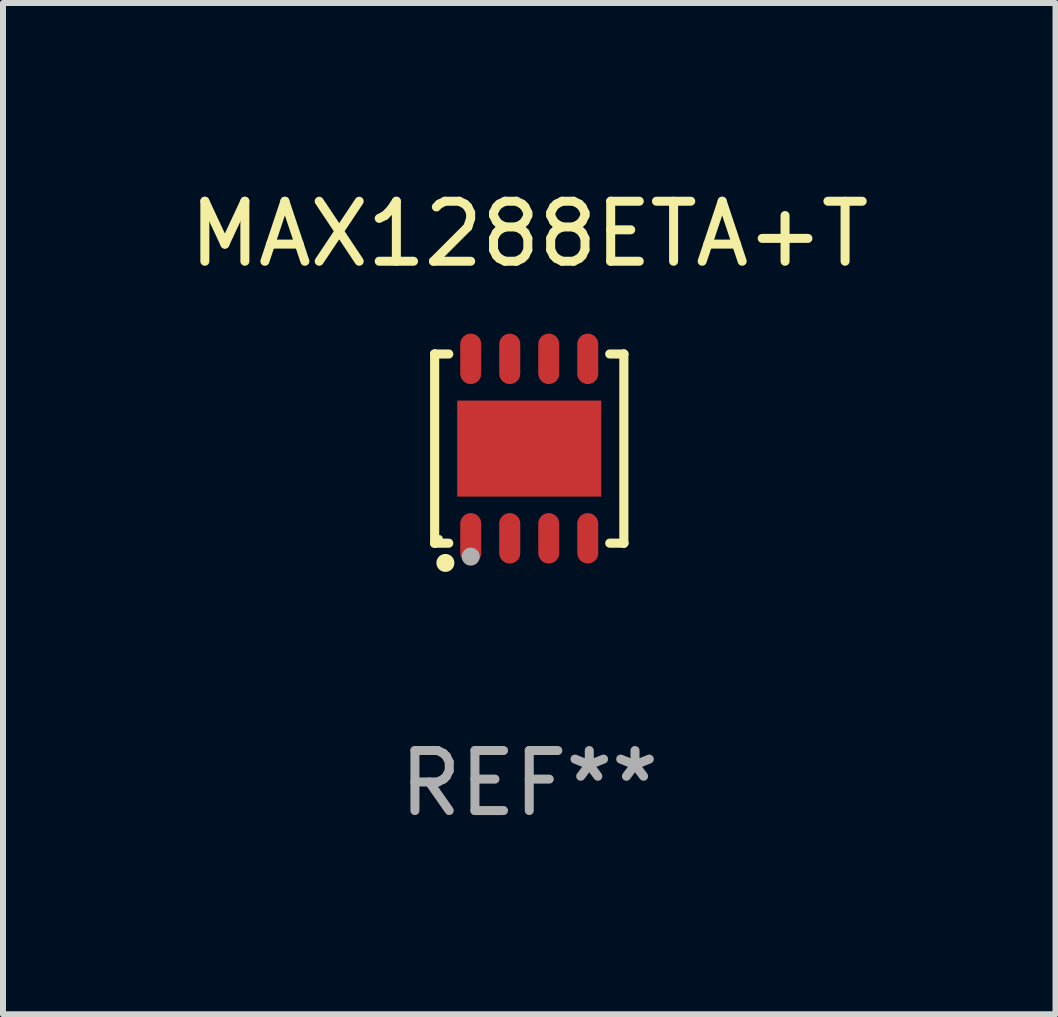
<source format=kicad_pcb>
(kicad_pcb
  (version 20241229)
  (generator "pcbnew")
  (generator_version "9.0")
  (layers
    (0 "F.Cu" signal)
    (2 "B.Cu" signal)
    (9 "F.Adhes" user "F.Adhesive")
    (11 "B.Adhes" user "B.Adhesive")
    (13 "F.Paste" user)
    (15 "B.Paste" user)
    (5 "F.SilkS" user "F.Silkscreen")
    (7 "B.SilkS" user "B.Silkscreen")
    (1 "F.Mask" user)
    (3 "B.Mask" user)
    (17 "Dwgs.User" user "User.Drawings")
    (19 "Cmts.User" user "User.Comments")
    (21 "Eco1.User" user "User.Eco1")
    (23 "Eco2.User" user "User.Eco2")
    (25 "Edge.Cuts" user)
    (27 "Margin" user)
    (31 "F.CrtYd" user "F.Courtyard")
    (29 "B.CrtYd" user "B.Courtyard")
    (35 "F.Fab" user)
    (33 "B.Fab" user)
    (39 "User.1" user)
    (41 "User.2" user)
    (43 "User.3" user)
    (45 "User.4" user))
  (footprint "MAX1288ETA+T"
    (layer "F.Cu")
    (at 5.768 4.424)
    (property "Reference" "MAX1288ETA+T" (at 0 -3.576 0) (layer "F.SilkS") (effects (font (size 1 1) (thickness 0.15))))
    (attr through_hole)
    (fp_line (start -1.576 -1.576) (end -1.576 -1.576) (stroke (width 0.152) (type solid)) (layer "F.SilkS"))
    (fp_line (start -1.576 -1.576) (end -1.341 -1.576) (stroke (width 0.152) (type solid)) (layer "F.SilkS"))
    (fp_line (start -1.576 1.576) (end -1.576 -1.576) (stroke (width 0.152) (type solid)) (layer "F.SilkS"))
    (fp_line (start -1.576 1.576) (end -1.576 1.576) (stroke (width 0.152) (type solid)) (layer "F.SilkS"))
    (fp_line (start -1.341 1.576) (end -1.576 1.576) (stroke (width 0.152) (type solid)) (layer "F.SilkS"))
    (fp_line (start 1.341 1.576) (end 1.576 1.576) (stroke (width 0.152) (type solid)) (layer "F.SilkS"))
    (fp_line (start 1.576 -1.576) (end 1.341 -1.576) (stroke (width 0.152) (type solid)) (layer "F.SilkS"))
    (fp_line (start 1.576 -1.576) (end 1.576 -1.576) (stroke (width 0.152) (type solid)) (layer "F.SilkS"))
    (fp_line (start 1.576 1.576) (end 1.576 -1.576) (stroke (width 0.152) (type solid)) (layer "F.SilkS"))
    (fp_line (start 1.576 1.576) (end 1.576 1.576) (stroke (width 0.152) (type solid)) (layer "F.SilkS"))
    (fp_circle (center -1.5 1.5) (end -1.47 1.5) (stroke (width 0.06) (type solid)) (fill no) (layer "F.SilkS"))
    (fp_circle (center -1.397 1.905) (end -1.322 1.905) (stroke (width 0.15) (type solid)) (fill no) (layer "F.SilkS"))
    (fp_circle (center -0.975 1.8) (end -0.9 1.8) (stroke (width 0.15) (type solid)) (fill no) (layer "F.Fab"))
    (fp_text user "REF**" (at 0 5.576 0) (layer "F.Fab") (effects (font (size 1 1) (thickness 0.15))))
    (pad "1" smd oval (at -0.975 1.495) (size 0.35 0.84) (layers "F.Cu" "F.Mask" "F.Paste"))
    (pad "2" smd oval (at -0.325 1.495) (size 0.35 0.84) (layers "F.Cu" "F.Mask" "F.Paste"))
    (pad "3" smd oval (at 0.325 1.495) (size 0.35 0.84) (layers "F.Cu" "F.Mask" "F.Paste"))
    (pad "4" smd oval (at 0.975 1.495) (size 0.35 0.84) (layers "F.Cu" "F.Mask" "F.Paste"))
    (pad "5" smd oval (at 0.975 -1.495) (size 0.35 0.84) (layers "F.Cu" "F.Mask" "F.Paste"))
    (pad "6" smd oval (at 0.325 -1.495) (size 0.35 0.84) (layers "F.Cu" "F.Mask" "F.Paste"))
    (pad "7" smd oval (at -0.325 -1.495) (size 0.35 0.84) (layers "F.Cu" "F.Mask" "F.Paste"))
    (pad "8" smd oval (at -0.975 -1.495) (size 0.35 0.84) (layers "F.Cu" "F.Mask" "F.Paste"))
    (pad "9" smd rect (at 0 0) (size 2.4 1.6) (layers "F.Cu" "F.Mask" "F.Paste")))
  (gr_rect
    (start -3 -3)
    (end 14.536 13.849)
    (stroke (width 0.1) (type default))
    (fill no)
    (layer "Edge.Cuts")))
</source>
